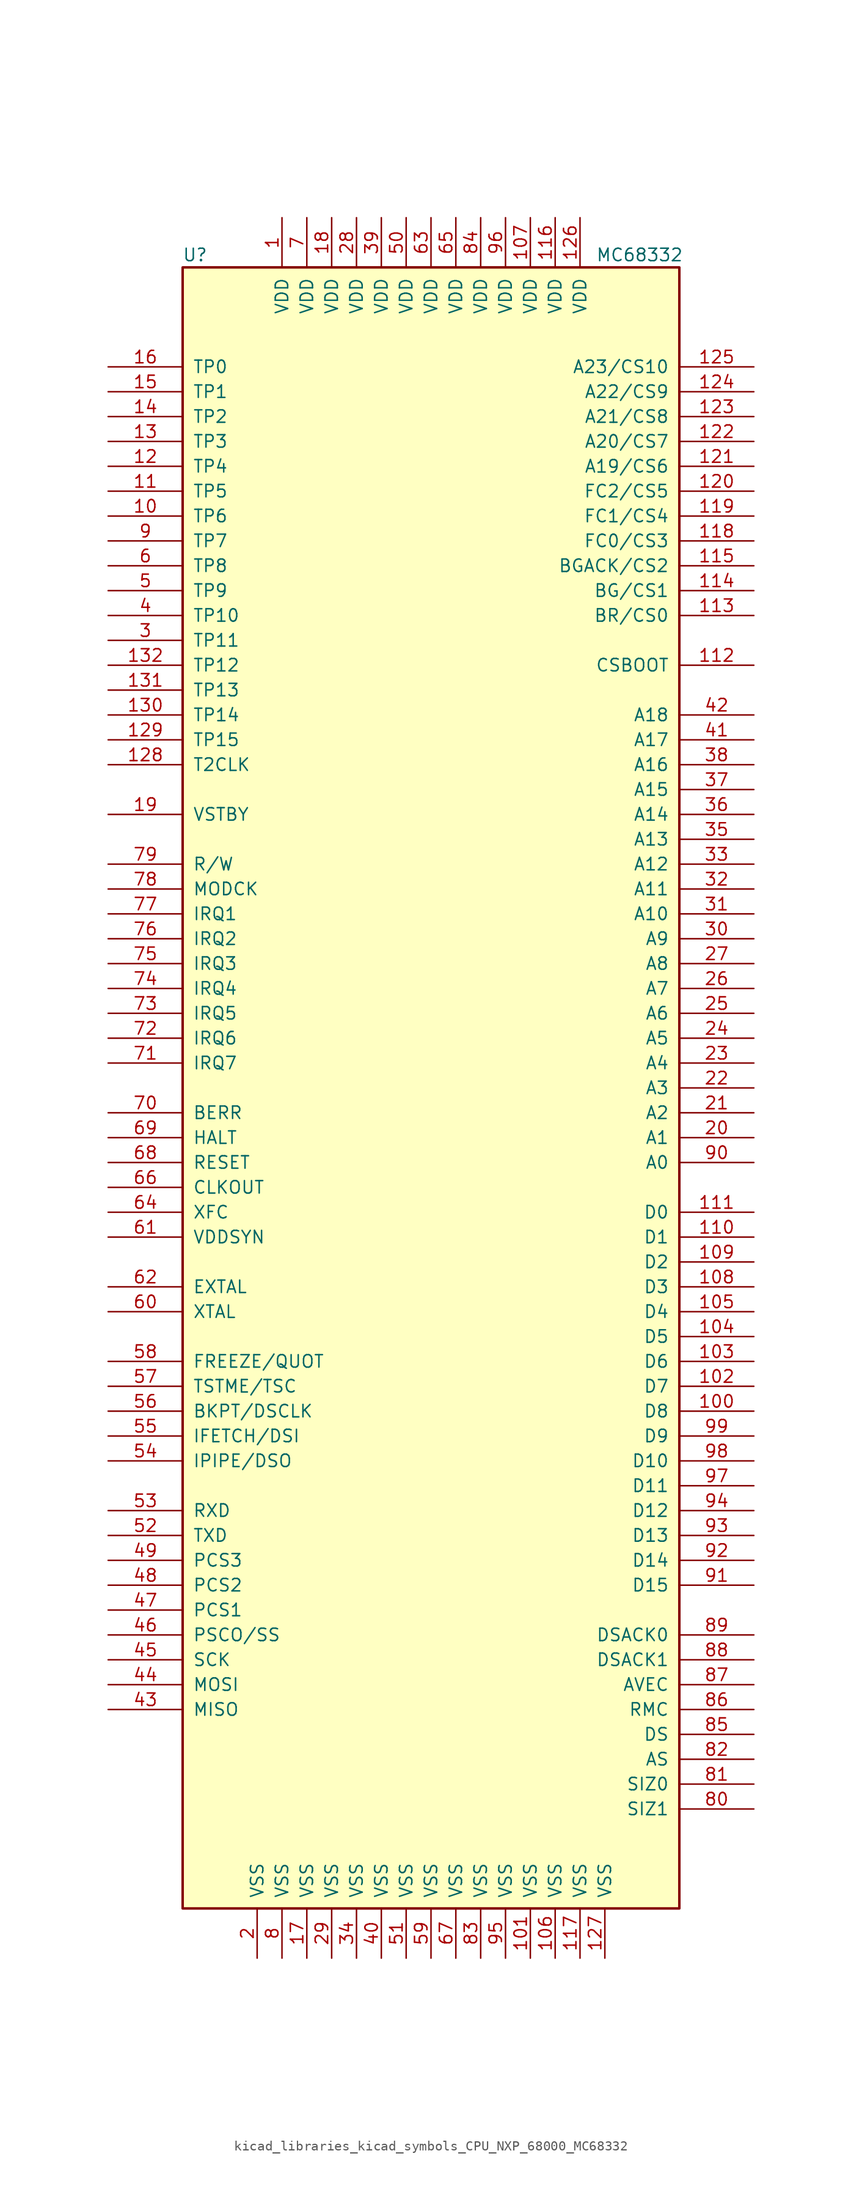
<source format=kicad_sym>
(kicad_symbol_lib
  (version 20220914)
  (generator kicad_symbol_editor)
  (symbol "kicad_libraries_kicad_symbols_CPU_NXP_68000_MC68332"
    (pin_names
      (offset 1.016))
    (property "Reference" "U"
      (at -24.13 85.09 0)
      (effects (font (size 1.27 1.27))))
    (property "Value" "MC68332"
      (at 21.336 85.09 0)
      (effects (font (size 1.27 1.27))))
    (symbol "kicad_libraries_kicad_symbols_CPU_NXP_68000_MC68332_0_1"
      (rectangle (start -25.4 -83.82) (end 25.4 83.82) (stroke (width 0.254) (type default)) (fill (type background))))
    (symbol "kicad_libraries_kicad_symbols_CPU_NXP_68000_MC68332_1_0"
      (pin power_in line (at -17.78 -88.9 90) (length 5.08) (name "VSS" (effects (font (size 1.27 1.27)))) (number "2" (effects (font (size 1.27 1.27))))))
    (symbol "kicad_libraries_kicad_symbols_CPU_NXP_68000_MC68332_1_1"
      (pin power_in line (at -15.24 88.9 270) (length 5.08) (name "VDD" (effects (font (size 1.27 1.27)))) (number "1" (effects (font (size 1.27 1.27)))))
      (pin input line (at -33.02 58.42 0) (length 7.62) (name "TP6" (effects (font (size 1.27 1.27)))) (number "10" (effects (font (size 1.27 1.27)))))
      (pin input line (at 33.02 -33.02 180) (length 7.62) (name "D8" (effects (font (size 1.27 1.27)))) (number "100" (effects (font (size 1.27 1.27)))))
      (pin power_in line (at 10.16 -88.9 90) (length 5.08) (name "VSS" (effects (font (size 1.27 1.27)))) (number "101" (effects (font (size 1.27 1.27)))))
      (pin input line (at 33.02 -30.48 180) (length 7.62) (name "D7" (effects (font (size 1.27 1.27)))) (number "102" (effects (font (size 1.27 1.27)))))
      (pin input line (at 33.02 -27.94 180) (length 7.62) (name "D6" (effects (font (size 1.27 1.27)))) (number "103" (effects (font (size 1.27 1.27)))))
      (pin input line (at 33.02 -25.4 180) (length 7.62) (name "D5" (effects (font (size 1.27 1.27)))) (number "104" (effects (font (size 1.27 1.27)))))
      (pin input line (at 33.02 -22.86 180) (length 7.62) (name "D4" (effects (font (size 1.27 1.27)))) (number "105" (effects (font (size 1.27 1.27)))))
      (pin power_in line (at 12.7 -88.9 90) (length 5.08) (name "VSS" (effects (font (size 1.27 1.27)))) (number "106" (effects (font (size 1.27 1.27)))))
      (pin power_in line (at 10.16 88.9 270) (length 5.08) (name "VDD" (effects (font (size 1.27 1.27)))) (number "107" (effects (font (size 1.27 1.27)))))
      (pin input line (at 33.02 -20.32 180) (length 7.62) (name "D3" (effects (font (size 1.27 1.27)))) (number "108" (effects (font (size 1.27 1.27)))))
      (pin input line (at 33.02 -17.78 180) (length 7.62) (name "D2" (effects (font (size 1.27 1.27)))) (number "109" (effects (font (size 1.27 1.27)))))
      (pin input line (at -33.02 60.96 0) (length 7.62) (name "TP5" (effects (font (size 1.27 1.27)))) (number "11" (effects (font (size 1.27 1.27)))))
      (pin input line (at 33.02 -15.24 180) (length 7.62) (name "D1" (effects (font (size 1.27 1.27)))) (number "110" (effects (font (size 1.27 1.27)))))
      (pin input line (at 33.02 -12.7 180) (length 7.62) (name "D0" (effects (font (size 1.27 1.27)))) (number "111" (effects (font (size 1.27 1.27)))))
      (pin output line (at 33.02 43.18 180) (length 7.62) (name "CSBOOT" (effects (font (size 1.27 1.27)))) (number "112" (effects (font (size 1.27 1.27)))))
      (pin input line (at 33.02 48.26 180) (length 7.62) (name "BR/CS0" (effects (font (size 1.27 1.27)))) (number "113" (effects (font (size 1.27 1.27)))))
      (pin output line (at 33.02 50.8 180) (length 7.62) (name "BG/CS1" (effects (font (size 1.27 1.27)))) (number "114" (effects (font (size 1.27 1.27)))))
      (pin input line (at 33.02 53.34 180) (length 7.62) (name "BGACK/CS2" (effects (font (size 1.27 1.27)))) (number "115" (effects (font (size 1.27 1.27)))))
      (pin power_in line (at 12.7 88.9 270) (length 5.08) (name "VDD" (effects (font (size 1.27 1.27)))) (number "116" (effects (font (size 1.27 1.27)))))
      (pin power_in line (at 15.24 -88.9 90) (length 5.08) (name "VSS" (effects (font (size 1.27 1.27)))) (number "117" (effects (font (size 1.27 1.27)))))
      (pin output line (at 33.02 55.88 180) (length 7.62) (name "FC0/CS3" (effects (font (size 1.27 1.27)))) (number "118" (effects (font (size 1.27 1.27)))))
      (pin output line (at 33.02 58.42 180) (length 7.62) (name "FC1/CS4" (effects (font (size 1.27 1.27)))) (number "119" (effects (font (size 1.27 1.27)))))
      (pin input line (at -33.02 63.5 0) (length 7.62) (name "TP4" (effects (font (size 1.27 1.27)))) (number "12" (effects (font (size 1.27 1.27)))))
      (pin output line (at 33.02 60.96 180) (length 7.62) (name "FC2/CS5" (effects (font (size 1.27 1.27)))) (number "120" (effects (font (size 1.27 1.27)))))
      (pin output line (at 33.02 63.5 180) (length 7.62) (name "A19/CS6" (effects (font (size 1.27 1.27)))) (number "121" (effects (font (size 1.27 1.27)))))
      (pin output line (at 33.02 66.04 180) (length 7.62) (name "A20/CS7" (effects (font (size 1.27 1.27)))) (number "122" (effects (font (size 1.27 1.27)))))
      (pin output line (at 33.02 68.58 180) (length 7.62) (name "A21/CS8" (effects (font (size 1.27 1.27)))) (number "123" (effects (font (size 1.27 1.27)))))
      (pin output line (at 33.02 71.12 180) (length 7.62) (name "A22/CS9" (effects (font (size 1.27 1.27)))) (number "124" (effects (font (size 1.27 1.27)))))
      (pin output line (at 33.02 73.66 180) (length 7.62) (name "A23/CS10" (effects (font (size 1.27 1.27)))) (number "125" (effects (font (size 1.27 1.27)))))
      (pin power_in line (at 15.24 88.9 270) (length 5.08) (name "VDD" (effects (font (size 1.27 1.27)))) (number "126" (effects (font (size 1.27 1.27)))))
      (pin power_in line (at 17.78 -88.9 90) (length 5.08) (name "VSS" (effects (font (size 1.27 1.27)))) (number "127" (effects (font (size 1.27 1.27)))))
      (pin input line (at -33.02 33.02 0) (length 7.62) (name "T2CLK" (effects (font (size 1.27 1.27)))) (number "128" (effects (font (size 1.27 1.27)))))
      (pin input line (at -33.02 35.56 0) (length 7.62) (name "TP15" (effects (font (size 1.27 1.27)))) (number "129" (effects (font (size 1.27 1.27)))))
      (pin input line (at -33.02 66.04 0) (length 7.62) (name "TP3" (effects (font (size 1.27 1.27)))) (number "13" (effects (font (size 1.27 1.27)))))
      (pin input line (at -33.02 38.1 0) (length 7.62) (name "TP14" (effects (font (size 1.27 1.27)))) (number "130" (effects (font (size 1.27 1.27)))))
      (pin input line (at -33.02 40.64 0) (length 7.62) (name "TP13" (effects (font (size 1.27 1.27)))) (number "131" (effects (font (size 1.27 1.27)))))
      (pin input line (at -33.02 43.18 0) (length 7.62) (name "TP12" (effects (font (size 1.27 1.27)))) (number "132" (effects (font (size 1.27 1.27)))))
      (pin input line (at -33.02 68.58 0) (length 7.62) (name "TP2" (effects (font (size 1.27 1.27)))) (number "14" (effects (font (size 1.27 1.27)))))
      (pin input line (at -33.02 71.12 0) (length 7.62) (name "TP1" (effects (font (size 1.27 1.27)))) (number "15" (effects (font (size 1.27 1.27)))))
      (pin input line (at -33.02 73.66 0) (length 7.62) (name "TP0" (effects (font (size 1.27 1.27)))) (number "16" (effects (font (size 1.27 1.27)))))
      (pin power_in line (at -12.7 -88.9 90) (length 5.08) (name "VSS" (effects (font (size 1.27 1.27)))) (number "17" (effects (font (size 1.27 1.27)))))
      (pin power_in line (at -10.16 88.9 270) (length 5.08) (name "VDD" (effects (font (size 1.27 1.27)))) (number "18" (effects (font (size 1.27 1.27)))))
      (pin input line (at -33.02 27.94 0) (length 7.62) (name "VSTBY" (effects (font (size 1.27 1.27)))) (number "19" (effects (font (size 1.27 1.27)))))
      (pin output line (at 33.02 -5.08 180) (length 7.62) (name "A1" (effects (font (size 1.27 1.27)))) (number "20" (effects (font (size 1.27 1.27)))))
      (pin output line (at 33.02 -2.54 180) (length 7.62) (name "A2" (effects (font (size 1.27 1.27)))) (number "21" (effects (font (size 1.27 1.27)))))
      (pin output line (at 33.02 0 180) (length 7.62) (name "A3" (effects (font (size 1.27 1.27)))) (number "22" (effects (font (size 1.27 1.27)))))
      (pin output line (at 33.02 2.54 180) (length 7.62) (name "A4" (effects (font (size 1.27 1.27)))) (number "23" (effects (font (size 1.27 1.27)))))
      (pin output line (at 33.02 5.08 180) (length 7.62) (name "A5" (effects (font (size 1.27 1.27)))) (number "24" (effects (font (size 1.27 1.27)))))
      (pin output line (at 33.02 7.62 180) (length 7.62) (name "A6" (effects (font (size 1.27 1.27)))) (number "25" (effects (font (size 1.27 1.27)))))
      (pin output line (at 33.02 10.16 180) (length 7.62) (name "A7" (effects (font (size 1.27 1.27)))) (number "26" (effects (font (size 1.27 1.27)))))
      (pin output line (at 33.02 12.7 180) (length 7.62) (name "A8" (effects (font (size 1.27 1.27)))) (number "27" (effects (font (size 1.27 1.27)))))
      (pin power_in line (at -7.62 88.9 270) (length 5.08) (name "VDD" (effects (font (size 1.27 1.27)))) (number "28" (effects (font (size 1.27 1.27)))))
      (pin power_in line (at -10.16 -88.9 90) (length 5.08) (name "VSS" (effects (font (size 1.27 1.27)))) (number "29" (effects (font (size 1.27 1.27)))))
      (pin input line (at -33.02 45.72 0) (length 7.62) (name "TP11" (effects (font (size 1.27 1.27)))) (number "3" (effects (font (size 1.27 1.27)))))
      (pin output line (at 33.02 15.24 180) (length 7.62) (name "A9" (effects (font (size 1.27 1.27)))) (number "30" (effects (font (size 1.27 1.27)))))
      (pin output line (at 33.02 17.78 180) (length 7.62) (name "A10" (effects (font (size 1.27 1.27)))) (number "31" (effects (font (size 1.27 1.27)))))
      (pin output line (at 33.02 20.32 180) (length 7.62) (name "A11" (effects (font (size 1.27 1.27)))) (number "32" (effects (font (size 1.27 1.27)))))
      (pin output line (at 33.02 22.86 180) (length 7.62) (name "A12" (effects (font (size 1.27 1.27)))) (number "33" (effects (font (size 1.27 1.27)))))
      (pin power_in line (at -7.62 -88.9 90) (length 5.08) (name "VSS" (effects (font (size 1.27 1.27)))) (number "34" (effects (font (size 1.27 1.27)))))
      (pin output line (at 33.02 25.4 180) (length 7.62) (name "A13" (effects (font (size 1.27 1.27)))) (number "35" (effects (font (size 1.27 1.27)))))
      (pin output line (at 33.02 27.94 180) (length 7.62) (name "A14" (effects (font (size 1.27 1.27)))) (number "36" (effects (font (size 1.27 1.27)))))
      (pin output line (at 33.02 30.48 180) (length 7.62) (name "A15" (effects (font (size 1.27 1.27)))) (number "37" (effects (font (size 1.27 1.27)))))
      (pin output line (at 33.02 33.02 180) (length 7.62) (name "A16" (effects (font (size 1.27 1.27)))) (number "38" (effects (font (size 1.27 1.27)))))
      (pin power_in line (at -5.08 88.9 270) (length 5.08) (name "VDD" (effects (font (size 1.27 1.27)))) (number "39" (effects (font (size 1.27 1.27)))))
      (pin input line (at -33.02 48.26 0) (length 7.62) (name "TP10" (effects (font (size 1.27 1.27)))) (number "4" (effects (font (size 1.27 1.27)))))
      (pin power_in line (at -5.08 -88.9 90) (length 5.08) (name "VSS" (effects (font (size 1.27 1.27)))) (number "40" (effects (font (size 1.27 1.27)))))
      (pin output line (at 33.02 35.56 180) (length 7.62) (name "A17" (effects (font (size 1.27 1.27)))) (number "41" (effects (font (size 1.27 1.27)))))
      (pin output line (at 33.02 38.1 180) (length 7.62) (name "A18" (effects (font (size 1.27 1.27)))) (number "42" (effects (font (size 1.27 1.27)))))
      (pin input line (at -33.02 -63.5 0) (length 7.62) (name "MISO" (effects (font (size 1.27 1.27)))) (number "43" (effects (font (size 1.27 1.27)))))
      (pin input line (at -33.02 -60.96 0) (length 7.62) (name "MOSI" (effects (font (size 1.27 1.27)))) (number "44" (effects (font (size 1.27 1.27)))))
      (pin input line (at -33.02 -58.42 0) (length 7.62) (name "SCK" (effects (font (size 1.27 1.27)))) (number "45" (effects (font (size 1.27 1.27)))))
      (pin input line (at -33.02 -55.88 0) (length 7.62) (name "PSCO/SS" (effects (font (size 1.27 1.27)))) (number "46" (effects (font (size 1.27 1.27)))))
      (pin input line (at -33.02 -53.34 0) (length 7.62) (name "PCS1" (effects (font (size 1.27 1.27)))) (number "47" (effects (font (size 1.27 1.27)))))
      (pin input line (at -33.02 -50.8 0) (length 7.62) (name "PCS2" (effects (font (size 1.27 1.27)))) (number "48" (effects (font (size 1.27 1.27)))))
      (pin input line (at -33.02 -48.26 0) (length 7.62) (name "PCS3" (effects (font (size 1.27 1.27)))) (number "49" (effects (font (size 1.27 1.27)))))
      (pin input line (at -33.02 50.8 0) (length 7.62) (name "TP9" (effects (font (size 1.27 1.27)))) (number "5" (effects (font (size 1.27 1.27)))))
      (pin power_in line (at -2.54 88.9 270) (length 5.08) (name "VDD" (effects (font (size 1.27 1.27)))) (number "50" (effects (font (size 1.27 1.27)))))
      (pin power_in line (at -2.54 -88.9 90) (length 5.08) (name "VSS" (effects (font (size 1.27 1.27)))) (number "51" (effects (font (size 1.27 1.27)))))
      (pin input line (at -33.02 -45.72 0) (length 7.62) (name "TXD" (effects (font (size 1.27 1.27)))) (number "52" (effects (font (size 1.27 1.27)))))
      (pin input line (at -33.02 -43.18 0) (length 7.62) (name "RXD" (effects (font (size 1.27 1.27)))) (number "53" (effects (font (size 1.27 1.27)))))
      (pin output line (at -33.02 -38.1 0) (length 7.62) (name "IPIPE/DSO" (effects (font (size 1.27 1.27)))) (number "54" (effects (font (size 1.27 1.27)))))
      (pin input line (at -33.02 -35.56 0) (length 7.62) (name "IFETCH/DSI" (effects (font (size 1.27 1.27)))) (number "55" (effects (font (size 1.27 1.27)))))
      (pin input line (at -33.02 -33.02 0) (length 7.62) (name "BKPT/DSCLK" (effects (font (size 1.27 1.27)))) (number "56" (effects (font (size 1.27 1.27)))))
      (pin input line (at -33.02 -30.48 0) (length 7.62) (name "TSTME/TSC" (effects (font (size 1.27 1.27)))) (number "57" (effects (font (size 1.27 1.27)))))
      (pin output line (at -33.02 -27.94 0) (length 7.62) (name "FREEZE/QUOT" (effects (font (size 1.27 1.27)))) (number "58" (effects (font (size 1.27 1.27)))))
      (pin power_in line (at 0 -88.9 90) (length 5.08) (name "VSS" (effects (font (size 1.27 1.27)))) (number "59" (effects (font (size 1.27 1.27)))))
      (pin input line (at -33.02 53.34 0) (length 7.62) (name "TP8" (effects (font (size 1.27 1.27)))) (number "6" (effects (font (size 1.27 1.27)))))
      (pin output line (at -33.02 -22.86 0) (length 7.62) (name "XTAL" (effects (font (size 1.27 1.27)))) (number "60" (effects (font (size 1.27 1.27)))))
      (pin input line (at -33.02 -15.24 0) (length 7.62) (name "VDDSYN" (effects (font (size 1.27 1.27)))) (number "61" (effects (font (size 1.27 1.27)))))
      (pin input line (at -33.02 -20.32 0) (length 7.62) (name "EXTAL" (effects (font (size 1.27 1.27)))) (number "62" (effects (font (size 1.27 1.27)))))
      (pin power_in line (at 0 88.9 270) (length 5.08) (name "VDD" (effects (font (size 1.27 1.27)))) (number "63" (effects (font (size 1.27 1.27)))))
      (pin input line (at -33.02 -12.7 0) (length 7.62) (name "XFC" (effects (font (size 1.27 1.27)))) (number "64" (effects (font (size 1.27 1.27)))))
      (pin power_in line (at 2.54 88.9 270) (length 5.08) (name "VDD" (effects (font (size 1.27 1.27)))) (number "65" (effects (font (size 1.27 1.27)))))
      (pin output line (at -33.02 -10.16 0) (length 7.62) (name "CLKOUT" (effects (font (size 1.27 1.27)))) (number "66" (effects (font (size 1.27 1.27)))))
      (pin power_in line (at 2.54 -88.9 90) (length 5.08) (name "VSS" (effects (font (size 1.27 1.27)))) (number "67" (effects (font (size 1.27 1.27)))))
      (pin input line (at -33.02 -7.62 0) (length 7.62) (name "RESET" (effects (font (size 1.27 1.27)))) (number "68" (effects (font (size 1.27 1.27)))))
      (pin input line (at -33.02 -5.08 0) (length 7.62) (name "HALT" (effects (font (size 1.27 1.27)))) (number "69" (effects (font (size 1.27 1.27)))))
      (pin power_in line (at -12.7 88.9 270) (length 5.08) (name "VDD" (effects (font (size 1.27 1.27)))) (number "7" (effects (font (size 1.27 1.27)))))
      (pin input line (at -33.02 -2.54 0) (length 7.62) (name "BERR" (effects (font (size 1.27 1.27)))) (number "70" (effects (font (size 1.27 1.27)))))
      (pin input line (at -33.02 2.54 0) (length 7.62) (name "IRQ7" (effects (font (size 1.27 1.27)))) (number "71" (effects (font (size 1.27 1.27)))))
      (pin input line (at -33.02 5.08 0) (length 7.62) (name "IRQ6" (effects (font (size 1.27 1.27)))) (number "72" (effects (font (size 1.27 1.27)))))
      (pin input line (at -33.02 7.62 0) (length 7.62) (name "IRQ5" (effects (font (size 1.27 1.27)))) (number "73" (effects (font (size 1.27 1.27)))))
      (pin input line (at -33.02 10.16 0) (length 7.62) (name "IRQ4" (effects (font (size 1.27 1.27)))) (number "74" (effects (font (size 1.27 1.27)))))
      (pin input line (at -33.02 12.7 0) (length 7.62) (name "IRQ3" (effects (font (size 1.27 1.27)))) (number "75" (effects (font (size 1.27 1.27)))))
      (pin input line (at -33.02 15.24 0) (length 7.62) (name "IRQ2" (effects (font (size 1.27 1.27)))) (number "76" (effects (font (size 1.27 1.27)))))
      (pin input line (at -33.02 17.78 0) (length 7.62) (name "IRQ1" (effects (font (size 1.27 1.27)))) (number "77" (effects (font (size 1.27 1.27)))))
      (pin input line (at -33.02 20.32 0) (length 7.62) (name "MODCK" (effects (font (size 1.27 1.27)))) (number "78" (effects (font (size 1.27 1.27)))))
      (pin input line (at -33.02 22.86 0) (length 7.62) (name "R/W" (effects (font (size 1.27 1.27)))) (number "79" (effects (font (size 1.27 1.27)))))
      (pin power_in line (at -15.24 -88.9 90) (length 5.08) (name "VSS" (effects (font (size 1.27 1.27)))) (number "8" (effects (font (size 1.27 1.27)))))
      (pin input line (at 33.02 -73.66 180) (length 7.62) (name "SIZ1" (effects (font (size 1.27 1.27)))) (number "80" (effects (font (size 1.27 1.27)))))
      (pin input line (at 33.02 -71.12 180) (length 7.62) (name "SIZ0" (effects (font (size 1.27 1.27)))) (number "81" (effects (font (size 1.27 1.27)))))
      (pin input line (at 33.02 -68.58 180) (length 7.62) (name "AS" (effects (font (size 1.27 1.27)))) (number "82" (effects (font (size 1.27 1.27)))))
      (pin power_in line (at 5.08 -88.9 90) (length 5.08) (name "VSS" (effects (font (size 1.27 1.27)))) (number "83" (effects (font (size 1.27 1.27)))))
      (pin power_in line (at 5.08 88.9 270) (length 5.08) (name "VDD" (effects (font (size 1.27 1.27)))) (number "84" (effects (font (size 1.27 1.27)))))
      (pin input line (at 33.02 -66.04 180) (length 7.62) (name "DS" (effects (font (size 1.27 1.27)))) (number "85" (effects (font (size 1.27 1.27)))))
      (pin input line (at 33.02 -63.5 180) (length 7.62) (name "RMC" (effects (font (size 1.27 1.27)))) (number "86" (effects (font (size 1.27 1.27)))))
      (pin input line (at 33.02 -60.96 180) (length 7.62) (name "AVEC" (effects (font (size 1.27 1.27)))) (number "87" (effects (font (size 1.27 1.27)))))
      (pin input line (at 33.02 -58.42 180) (length 7.62) (name "DSACK1" (effects (font (size 1.27 1.27)))) (number "88" (effects (font (size 1.27 1.27)))))
      (pin input line (at 33.02 -55.88 180) (length 7.62) (name "DSACK0" (effects (font (size 1.27 1.27)))) (number "89" (effects (font (size 1.27 1.27)))))
      (pin input line (at -33.02 55.88 0) (length 7.62) (name "TP7" (effects (font (size 1.27 1.27)))) (number "9" (effects (font (size 1.27 1.27)))))
      (pin output line (at 33.02 -7.62 180) (length 7.62) (name "A0" (effects (font (size 1.27 1.27)))) (number "90" (effects (font (size 1.27 1.27)))))
      (pin input line (at 33.02 -50.8 180) (length 7.62) (name "D15" (effects (font (size 1.27 1.27)))) (number "91" (effects (font (size 1.27 1.27)))))
      (pin input line (at 33.02 -48.26 180) (length 7.62) (name "D14" (effects (font (size 1.27 1.27)))) (number "92" (effects (font (size 1.27 1.27)))))
      (pin input line (at 33.02 -45.72 180) (length 7.62) (name "D13" (effects (font (size 1.27 1.27)))) (number "93" (effects (font (size 1.27 1.27)))))
      (pin input line (at 33.02 -43.18 180) (length 7.62) (name "D12" (effects (font (size 1.27 1.27)))) (number "94" (effects (font (size 1.27 1.27)))))
      (pin power_in line (at 7.62 -88.9 90) (length 5.08) (name "VSS" (effects (font (size 1.27 1.27)))) (number "95" (effects (font (size 1.27 1.27)))))
      (pin power_in line (at 7.62 88.9 270) (length 5.08) (name "VDD" (effects (font (size 1.27 1.27)))) (number "96" (effects (font (size 1.27 1.27)))))
      (pin input line (at 33.02 -40.64 180) (length 7.62) (name "D11" (effects (font (size 1.27 1.27)))) (number "97" (effects (font (size 1.27 1.27)))))
      (pin input line (at 33.02 -38.1 180) (length 7.62) (name "D10" (effects (font (size 1.27 1.27)))) (number "98" (effects (font (size 1.27 1.27)))))
      (pin input line (at 33.02 -35.56 180) (length 7.62) (name "D9" (effects (font (size 1.27 1.27)))) (number "99" (effects (font (size 1.27 1.27))))))))
</source>
